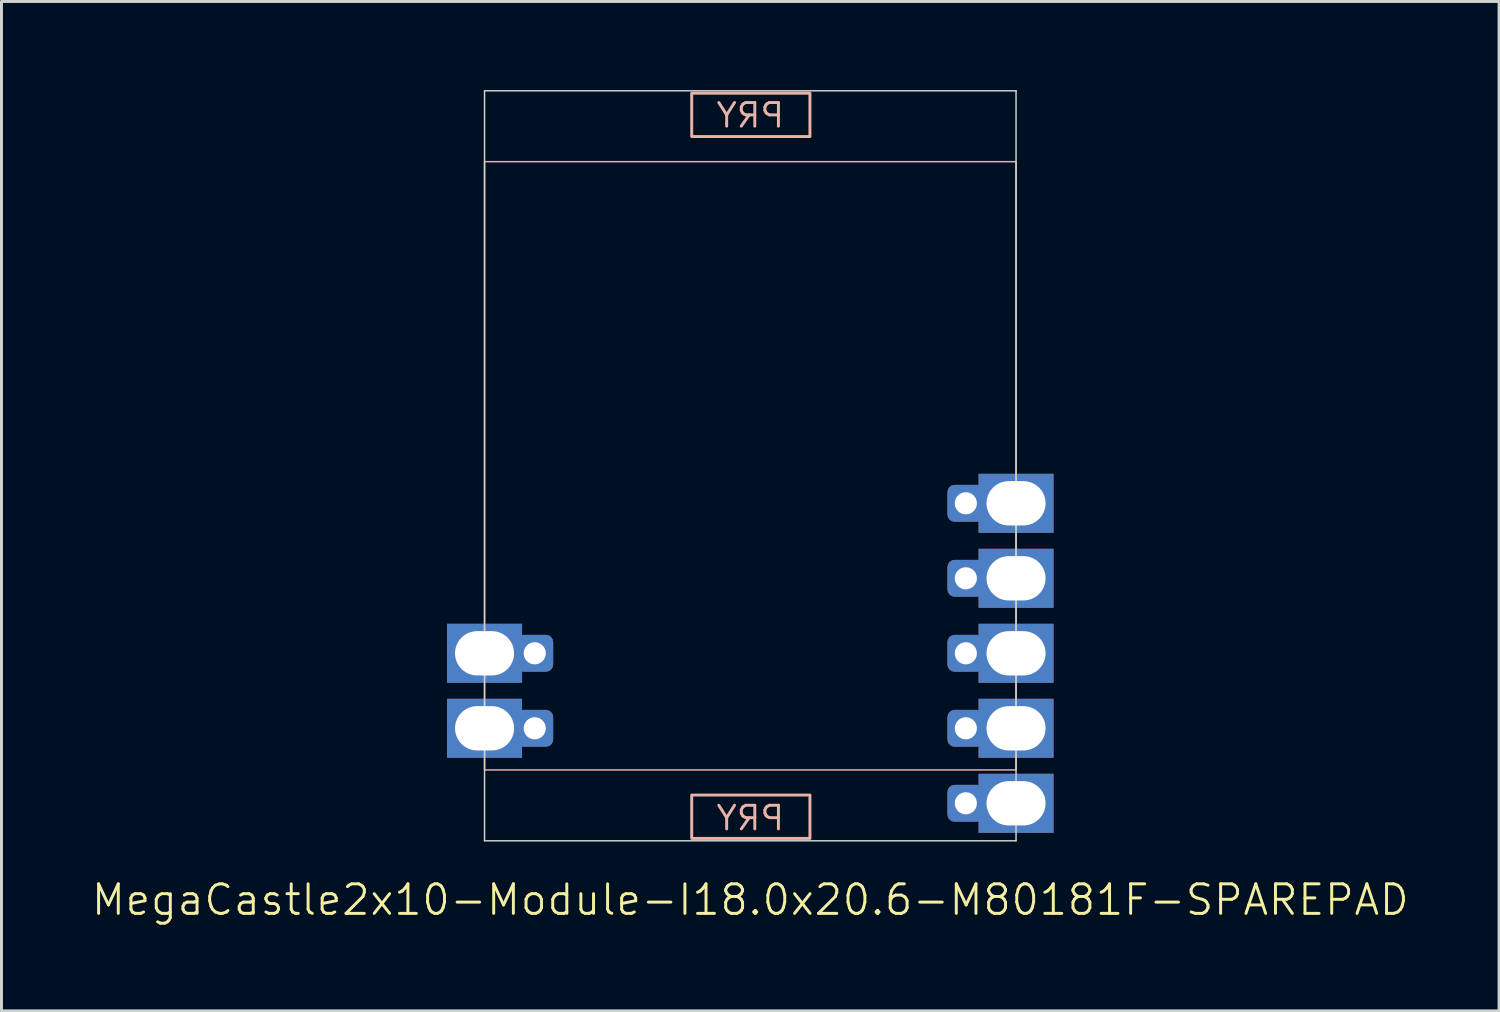
<source format=kicad_pcb>
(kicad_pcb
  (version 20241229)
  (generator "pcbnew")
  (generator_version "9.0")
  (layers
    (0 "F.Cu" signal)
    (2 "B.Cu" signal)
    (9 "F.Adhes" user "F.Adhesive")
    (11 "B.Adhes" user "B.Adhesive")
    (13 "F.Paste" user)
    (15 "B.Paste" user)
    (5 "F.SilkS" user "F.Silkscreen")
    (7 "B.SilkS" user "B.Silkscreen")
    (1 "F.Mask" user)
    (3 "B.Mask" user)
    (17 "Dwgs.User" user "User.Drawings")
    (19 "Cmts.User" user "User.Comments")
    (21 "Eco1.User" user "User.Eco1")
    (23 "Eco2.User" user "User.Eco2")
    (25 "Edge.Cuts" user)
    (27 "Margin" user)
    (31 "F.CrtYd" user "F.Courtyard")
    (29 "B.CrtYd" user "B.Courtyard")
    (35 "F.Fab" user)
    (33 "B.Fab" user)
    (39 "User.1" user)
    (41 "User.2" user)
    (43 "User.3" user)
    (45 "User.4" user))
  (footprint "MegaCastle2x10-Module-I18.0x20.6-M80181F-SPAREPAD"
    (layer "F.Cu")
    (at 22.36 12.725)
    (property "Reference" "MegaCastle2x10-Module-I18.0x20.6-M80181F-SPAREPAD" (at 0 14.7 0) (unlocked yes) (layer "F.SilkS") (effects (font (size 1 1) (thickness 0.1))))
    (attr smd)
    (fp_rect (start -9 10.3) (end 9 -10.3) (stroke (width 0.05) (type default)) (fill no) (layer "B.SilkS"))
    (fp_rect (start -1.984 -11.151) (end 2.02 -12.62) (stroke (width 0.1) (type default)) (fill no) (layer "B.SilkS"))
    (fp_rect (start -1.984 11.151) (end 2.02 12.62) (stroke (width 0.1) (type default)) (fill no) (layer "B.SilkS"))
    (fp_line (start -9 -12.7) (end -9 12.7) (stroke (width 0.05) (type default)) (layer "Edge.Cuts"))
    (fp_line (start -9 -12.7) (end 9 -12.7) (stroke (width 0.05) (type default)) (layer "Edge.Cuts"))
    (fp_line (start -9 12.7) (end 9 12.7) (stroke (width 0.05) (type default)) (layer "Edge.Cuts"))
    (fp_line (start 9 -12.7) (end 9 12.7) (stroke (width 0.05) (type default)) (layer "Edge.Cuts"))
    (fp_text user "PRY" (at 0 -11.4 0) (unlocked yes) (layer "B.SilkS") (effects (font (size 0.8 0.8) (thickness 0.1)) (justify bottom mirror)))
    (fp_text user "PRY" (at 0 12.4 0) (unlocked yes) (layer "B.SilkS") (effects (font (size 0.8 0.8) (thickness 0.1)) (justify bottom mirror)))
    (pad "8" thru_hole rect (at -9 6.35) (size 2.54 2) (drill oval 2 1.5) (property pad_prop_castellated) (layers "*.Cu" "*.Mask"))
    (pad "8" thru_hole roundrect (at -7.3 6.35 180) (size 1.25 1.25) (drill 0.75) (layers "*.Cu" "*.Mask") (roundrect_rratio 0.2))
    (pad "9" thru_hole rect (at -9 8.89) (size 2.54 2) (drill oval 2 1.5) (property pad_prop_castellated) (layers "*.Cu" "*.Mask"))
    (pad "9" thru_hole roundrect (at -7.3 8.89 180) (size 1.25 1.25) (drill 0.75) (layers "*.Cu" "*.Mask") (roundrect_rratio 0.2))
    (pad "16" thru_hole roundrect (at 7.3 1.27 180) (size 1.25 1.25) (drill 0.75) (layers "*.Cu" "*.Mask") (roundrect_rratio 0.2))
    (pad "16" thru_hole rect (at 9 1.27) (size 2.54 2) (drill oval 2 1.5) (property pad_prop_castellated) (layers "*.Cu" "*.Mask"))
    (pad "17" thru_hole roundrect (at 7.3 3.81 180) (size 1.25 1.25) (drill 0.75) (layers "*.Cu" "*.Mask") (roundrect_rratio 0.2))
    (pad "17" thru_hole rect (at 9 3.81) (size 2.54 2) (drill oval 2 1.5) (property pad_prop_castellated) (layers "*.Cu" "*.Mask"))
    (pad "18" thru_hole roundrect (at 7.3 6.35 180) (size 1.25 1.25) (drill 0.75) (layers "*.Cu" "*.Mask") (roundrect_rratio 0.2))
    (pad "18" thru_hole rect (at 9 6.35) (size 2.54 2) (drill oval 2 1.5) (property pad_prop_castellated) (layers "*.Cu" "*.Mask"))
    (pad "19" thru_hole roundrect (at 7.3 8.89 180) (size 1.25 1.25) (drill 0.75) (layers "*.Cu" "*.Mask") (roundrect_rratio 0.2))
    (pad "19" thru_hole rect (at 9 8.89) (size 2.54 2) (drill oval 2 1.5) (property pad_prop_castellated) (layers "*.Cu" "*.Mask"))
    (pad "20" thru_hole roundrect (at 7.3 11.43 180) (size 1.25 1.25) (drill 0.75) (layers "*.Cu" "*.Mask") (roundrect_rratio 0.2))
    (pad "20" thru_hole rect (at 9 11.43) (size 2.54 2) (drill oval 2 1.5) (property pad_prop_castellated) (layers "*.Cu" "*.Mask"))
    (zone (net_name "") (layer "B.Cu") (hatch edge 0.5) (connect_pads) (min_thickness 0.25) (filled_areas_thickness no) (keepout (tracks allowed) (vias allowed) (pads allowed) (copperpour allowed) (footprints not_allowed)) (placement (enabled no)) (fill) (polygon (pts (xy 13.36 25.425) (xy 13.36 0.025))))
    (zone (net_name "") (layer "B.Cu") (hatch edge 0.5) (connect_pads) (min_thickness 0.25) (filled_areas_thickness no) (keepout (tracks allowed) (vias allowed) (pads allowed) (copperpour allowed) (footprints not_allowed)) (placement (enabled no)) (fill) (polygon (pts (xy 31.36 25.425) (xy 31.36 0.025))))
    (zone (net_name "") (layer "B.Cu") (hatch edge 0.5) (connect_pads) (min_thickness 0.25) (filled_areas_thickness no) (keepout (tracks allowed) (vias allowed) (pads allowed) (copperpour allowed) (footprints not_allowed)) (placement (enabled no)) (fill) (polygon (pts (xy 13.36 0.025) (xy 13.36 2.425) (xy 31.36 2.425) (xy 31.36 0.025))))
    (zone (net_name "") (layer "B.Cu") (hatch edge 0.5) (connect_pads) (min_thickness 0.25) (filled_areas_thickness no) (keepout (tracks allowed) (vias allowed) (pads allowed) (copperpour allowed) (footprints not_allowed)) (placement (enabled no)) (fill) (polygon (pts (xy 13.36 25.425) (xy 13.36 23.025) (xy 31.36 23.025) (xy 31.36 25.425))))
    (zone (net_name "") (layer "B.Cu") (name "Upper Pry Zone") (hatch edge 0.5) (connect_pads) (min_thickness 0.25) (filled_areas_thickness no) (keepout (tracks not_allowed) (vias not_allowed) (pads not_allowed) (copperpour allowed) (footprints not_allowed)) (placement (enabled no)) (fill) (polygon (pts (xy 20.375 1.574) (xy 20.375 0.105) (xy 24.379 0.105) (xy 24.379 1.574))))
    (zone (net_name "") (layer "B.Cu") (name "Upper Pry Zone") (hatch edge 0.5) (connect_pads) (min_thickness 0.25) (filled_areas_thickness no) (keepout (tracks not_allowed) (vias not_allowed) (pads not_allowed) (copperpour allowed) (footprints not_allowed)) (placement (enabled no)) (fill) (polygon (pts (xy 20.375 23.876) (xy 20.375 25.345) (xy 24.379 25.345) (xy 24.379 23.876)))))
  (gr_rect
    (start -3 -3)
    (end 47.719 31.186)
    (stroke (width 0.1) (type default))
    (fill no)
    (layer "Edge.Cuts")))
</source>
